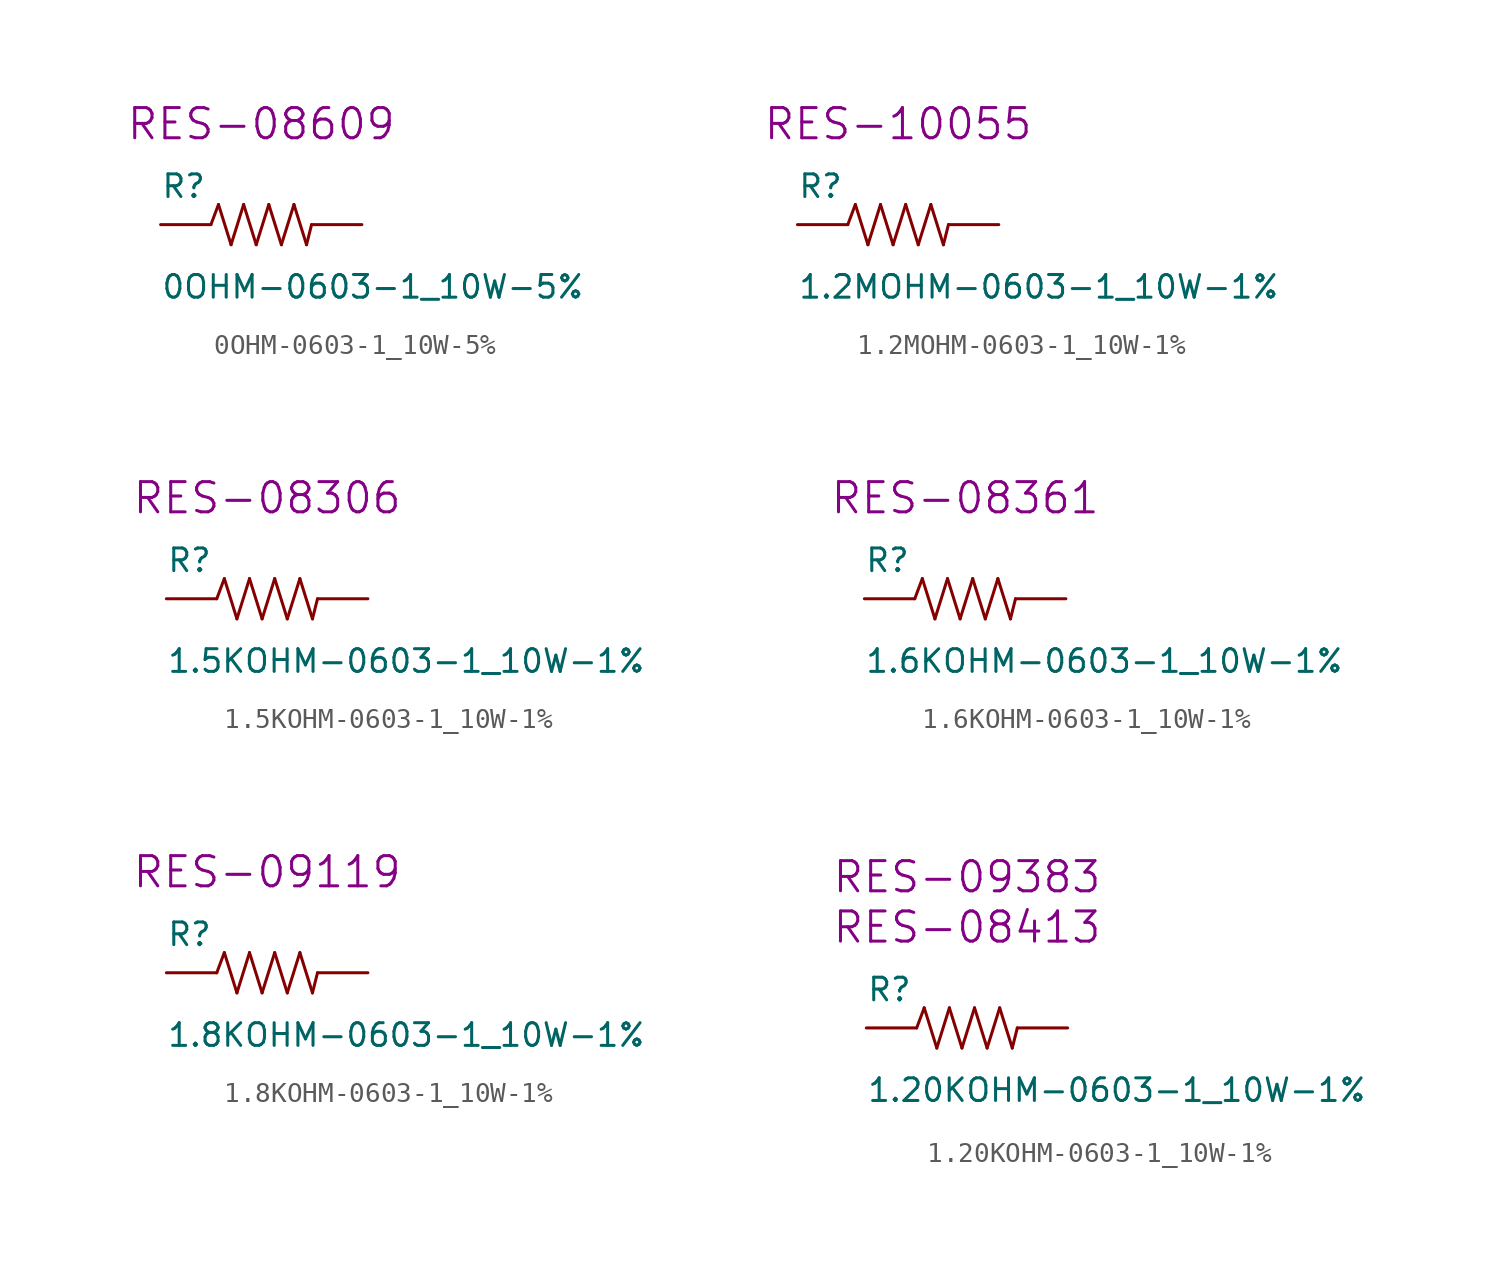
<source format=kicad_sym>
(kicad_symbol_lib
  (version 20211014)
  (generator kicad_symbol_editor)
  (symbol "0OHM-0603-1_10W-5%"
    (pin_numbers hide)
    (pin_names
      (offset 1.016) hide)
    (property "Reference" "R"
      (at -5.08 1.27 0)
      (effects (font (size 1.143 1.143)) (justify left bottom)))
    (property "Value" "0OHM-0603-1_10W-5%"
      (at -5.08 -3.81 0)
      (effects (font (size 1.143 1.143)) (justify left bottom)))
    (property "Field4" "RES-08609"
      (at 0 5.08 0)
      (effects (font (size 1.524 1.524))))
    (property "ki_locked" ""
      (at 0 0 0)
      (effects (font (size 1.27 1.27))))
    (symbol "0OHM-0603-1_10W-5%_1_0"
      (polyline (pts (xy -2.54 0) (xy -2.159 1.016)) (stroke (width 0) (type default) (color 0 0 0 0)) (fill (type none)))
      (polyline (pts (xy -2.159 1.016) (xy -1.524 -1.016)) (stroke (width 0) (type default) (color 0 0 0 0)) (fill (type none)))
      (polyline (pts (xy -1.524 -1.016) (xy -0.889 1.016)) (stroke (width 0) (type default) (color 0 0 0 0)) (fill (type none)))
      (polyline (pts (xy -0.889 1.016) (xy -0.254 -1.016)) (stroke (width 0) (type default) (color 0 0 0 0)) (fill (type none)))
      (polyline (pts (xy -0.254 -1.016) (xy 0.381 1.016)) (stroke (width 0) (type default) (color 0 0 0 0)) (fill (type none)))
      (polyline (pts (xy 0.381 1.016) (xy 1.016 -1.016)) (stroke (width 0) (type default) (color 0 0 0 0)) (fill (type none)))
      (polyline (pts (xy 1.016 -1.016) (xy 1.651 1.016)) (stroke (width 0) (type default) (color 0 0 0 0)) (fill (type none)))
      (polyline (pts (xy 1.651 1.016) (xy 2.286 -1.016)) (stroke (width 0) (type default) (color 0 0 0 0)) (fill (type none)))
      (polyline (pts (xy 2.286 -1.016) (xy 2.54 0)) (stroke (width 0) (type default) (color 0 0 0 0)) (fill (type none))))
    (symbol "0OHM-0603-1_10W-5%_1_1"
      (pin passive line (at -5.08 0 0) (length 2.54) (name "1" (effects (font (size 1.016 1.016)))) (number "1" (effects (font (size 1.016 1.016)))))
      (pin passive line (at 5.08 0 180) (length 2.54) (name "2" (effects (font (size 1.016 1.016)))) (number "2" (effects (font (size 1.016 1.016)))))))
  (symbol "1.2MOHM-0603-1_10W-1%"
    (pin_numbers hide)
    (pin_names
      (offset 1.016) hide)
    (property "Reference" "R"
      (at -5.08 1.27 0)
      (effects (font (size 1.143 1.143)) (justify left bottom)))
    (property "Value" "1.2MOHM-0603-1_10W-1%"
      (at -5.08 -3.81 0)
      (effects (font (size 1.143 1.143)) (justify left bottom)))
    (property "Field4" "RES-10055"
      (at 0 5.08 0)
      (effects (font (size 1.524 1.524))))
    (property "ki_locked" ""
      (at 0 0 0)
      (effects (font (size 1.27 1.27))))
    (symbol "1.2MOHM-0603-1_10W-1%_1_0"
      (polyline (pts (xy -2.54 0) (xy -2.159 1.016)) (stroke (width 0) (type default) (color 0 0 0 0)) (fill (type none)))
      (polyline (pts (xy -2.159 1.016) (xy -1.524 -1.016)) (stroke (width 0) (type default) (color 0 0 0 0)) (fill (type none)))
      (polyline (pts (xy -1.524 -1.016) (xy -0.889 1.016)) (stroke (width 0) (type default) (color 0 0 0 0)) (fill (type none)))
      (polyline (pts (xy -0.889 1.016) (xy -0.254 -1.016)) (stroke (width 0) (type default) (color 0 0 0 0)) (fill (type none)))
      (polyline (pts (xy -0.254 -1.016) (xy 0.381 1.016)) (stroke (width 0) (type default) (color 0 0 0 0)) (fill (type none)))
      (polyline (pts (xy 0.381 1.016) (xy 1.016 -1.016)) (stroke (width 0) (type default) (color 0 0 0 0)) (fill (type none)))
      (polyline (pts (xy 1.016 -1.016) (xy 1.651 1.016)) (stroke (width 0) (type default) (color 0 0 0 0)) (fill (type none)))
      (polyline (pts (xy 1.651 1.016) (xy 2.286 -1.016)) (stroke (width 0) (type default) (color 0 0 0 0)) (fill (type none)))
      (polyline (pts (xy 2.286 -1.016) (xy 2.54 0)) (stroke (width 0) (type default) (color 0 0 0 0)) (fill (type none))))
    (symbol "1.2MOHM-0603-1_10W-1%_1_1"
      (pin passive line (at -5.08 0 0) (length 2.54) (name "1" (effects (font (size 1.016 1.016)))) (number "1" (effects (font (size 1.016 1.016)))))
      (pin passive line (at 5.08 0 180) (length 2.54) (name "2" (effects (font (size 1.016 1.016)))) (number "2" (effects (font (size 1.016 1.016)))))))
  (symbol "1.5KOHM-0603-1_10W-1%"
    (pin_numbers hide)
    (pin_names
      (offset 1.016) hide)
    (property "Reference" "R"
      (at -5.08 1.27 0)
      (effects (font (size 1.143 1.143)) (justify left bottom)))
    (property "Value" "1.5KOHM-0603-1_10W-1%"
      (at -5.08 -3.81 0)
      (effects (font (size 1.143 1.143)) (justify left bottom)))
    (property "Field4" "RES-08306"
      (at 0 5.08 0)
      (effects (font (size 1.524 1.524))))
    (property "ki_locked" ""
      (at 0 0 0)
      (effects (font (size 1.27 1.27))))
    (symbol "1.5KOHM-0603-1_10W-1%_1_0"
      (polyline (pts (xy -2.54 0) (xy -2.159 1.016)) (stroke (width 0) (type default) (color 0 0 0 0)) (fill (type none)))
      (polyline (pts (xy -2.159 1.016) (xy -1.524 -1.016)) (stroke (width 0) (type default) (color 0 0 0 0)) (fill (type none)))
      (polyline (pts (xy -1.524 -1.016) (xy -0.889 1.016)) (stroke (width 0) (type default) (color 0 0 0 0)) (fill (type none)))
      (polyline (pts (xy -0.889 1.016) (xy -0.254 -1.016)) (stroke (width 0) (type default) (color 0 0 0 0)) (fill (type none)))
      (polyline (pts (xy -0.254 -1.016) (xy 0.381 1.016)) (stroke (width 0) (type default) (color 0 0 0 0)) (fill (type none)))
      (polyline (pts (xy 0.381 1.016) (xy 1.016 -1.016)) (stroke (width 0) (type default) (color 0 0 0 0)) (fill (type none)))
      (polyline (pts (xy 1.016 -1.016) (xy 1.651 1.016)) (stroke (width 0) (type default) (color 0 0 0 0)) (fill (type none)))
      (polyline (pts (xy 1.651 1.016) (xy 2.286 -1.016)) (stroke (width 0) (type default) (color 0 0 0 0)) (fill (type none)))
      (polyline (pts (xy 2.286 -1.016) (xy 2.54 0)) (stroke (width 0) (type default) (color 0 0 0 0)) (fill (type none))))
    (symbol "1.5KOHM-0603-1_10W-1%_1_1"
      (pin passive line (at -5.08 0 0) (length 2.54) (name "1" (effects (font (size 1.016 1.016)))) (number "1" (effects (font (size 1.016 1.016)))))
      (pin passive line (at 5.08 0 180) (length 2.54) (name "2" (effects (font (size 1.016 1.016)))) (number "2" (effects (font (size 1.016 1.016)))))))
  (symbol "1.6KOHM-0603-1_10W-1%"
    (pin_numbers hide)
    (pin_names
      (offset 1.016) hide)
    (property "Reference" "R"
      (at -5.08 1.27 0)
      (effects (font (size 1.143 1.143)) (justify left bottom)))
    (property "Value" "1.6KOHM-0603-1_10W-1%"
      (at -5.08 -3.81 0)
      (effects (font (size 1.143 1.143)) (justify left bottom)))
    (property "Field4" "RES-08361"
      (at 0 5.08 0)
      (effects (font (size 1.524 1.524))))
    (property "ki_locked" ""
      (at 0 0 0)
      (effects (font (size 1.27 1.27))))
    (symbol "1.6KOHM-0603-1_10W-1%_1_0"
      (polyline (pts (xy -2.54 0) (xy -2.159 1.016)) (stroke (width 0) (type default) (color 0 0 0 0)) (fill (type none)))
      (polyline (pts (xy -2.159 1.016) (xy -1.524 -1.016)) (stroke (width 0) (type default) (color 0 0 0 0)) (fill (type none)))
      (polyline (pts (xy -1.524 -1.016) (xy -0.889 1.016)) (stroke (width 0) (type default) (color 0 0 0 0)) (fill (type none)))
      (polyline (pts (xy -0.889 1.016) (xy -0.254 -1.016)) (stroke (width 0) (type default) (color 0 0 0 0)) (fill (type none)))
      (polyline (pts (xy -0.254 -1.016) (xy 0.381 1.016)) (stroke (width 0) (type default) (color 0 0 0 0)) (fill (type none)))
      (polyline (pts (xy 0.381 1.016) (xy 1.016 -1.016)) (stroke (width 0) (type default) (color 0 0 0 0)) (fill (type none)))
      (polyline (pts (xy 1.016 -1.016) (xy 1.651 1.016)) (stroke (width 0) (type default) (color 0 0 0 0)) (fill (type none)))
      (polyline (pts (xy 1.651 1.016) (xy 2.286 -1.016)) (stroke (width 0) (type default) (color 0 0 0 0)) (fill (type none)))
      (polyline (pts (xy 2.286 -1.016) (xy 2.54 0)) (stroke (width 0) (type default) (color 0 0 0 0)) (fill (type none))))
    (symbol "1.6KOHM-0603-1_10W-1%_1_1"
      (pin passive line (at -5.08 0 0) (length 2.54) (name "1" (effects (font (size 1.016 1.016)))) (number "1" (effects (font (size 1.016 1.016)))))
      (pin passive line (at 5.08 0 180) (length 2.54) (name "2" (effects (font (size 1.016 1.016)))) (number "2" (effects (font (size 1.016 1.016)))))))
  (symbol "1.8KOHM-0603-1_10W-1%"
    (pin_numbers hide)
    (pin_names
      (offset 1.016) hide)
    (property "Reference" "R"
      (at -5.08 1.27 0)
      (effects (font (size 1.143 1.143)) (justify left bottom)))
    (property "Value" "1.8KOHM-0603-1_10W-1%"
      (at -5.08 -3.81 0)
      (effects (font (size 1.143 1.143)) (justify left bottom)))
    (property "Field4" "RES-09119"
      (at 0 5.08 0)
      (effects (font (size 1.524 1.524))))
    (property "ki_locked" ""
      (at 0 0 0)
      (effects (font (size 1.27 1.27))))
    (symbol "1.8KOHM-0603-1_10W-1%_1_0"
      (polyline (pts (xy -2.54 0) (xy -2.159 1.016)) (stroke (width 0) (type default) (color 0 0 0 0)) (fill (type none)))
      (polyline (pts (xy -2.159 1.016) (xy -1.524 -1.016)) (stroke (width 0) (type default) (color 0 0 0 0)) (fill (type none)))
      (polyline (pts (xy -1.524 -1.016) (xy -0.889 1.016)) (stroke (width 0) (type default) (color 0 0 0 0)) (fill (type none)))
      (polyline (pts (xy -0.889 1.016) (xy -0.254 -1.016)) (stroke (width 0) (type default) (color 0 0 0 0)) (fill (type none)))
      (polyline (pts (xy -0.254 -1.016) (xy 0.381 1.016)) (stroke (width 0) (type default) (color 0 0 0 0)) (fill (type none)))
      (polyline (pts (xy 0.381 1.016) (xy 1.016 -1.016)) (stroke (width 0) (type default) (color 0 0 0 0)) (fill (type none)))
      (polyline (pts (xy 1.016 -1.016) (xy 1.651 1.016)) (stroke (width 0) (type default) (color 0 0 0 0)) (fill (type none)))
      (polyline (pts (xy 1.651 1.016) (xy 2.286 -1.016)) (stroke (width 0) (type default) (color 0 0 0 0)) (fill (type none)))
      (polyline (pts (xy 2.286 -1.016) (xy 2.54 0)) (stroke (width 0) (type default) (color 0 0 0 0)) (fill (type none))))
    (symbol "1.8KOHM-0603-1_10W-1%_1_1"
      (pin passive line (at -5.08 0 0) (length 2.54) (name "1" (effects (font (size 1.016 1.016)))) (number "1" (effects (font (size 1.016 1.016)))))
      (pin passive line (at 5.08 0 180) (length 2.54) (name "2" (effects (font (size 1.016 1.016)))) (number "2" (effects (font (size 1.016 1.016)))))))
  (symbol "1.20KOHM-0603-1_10W-1%"
    (pin_numbers hide)
    (pin_names
      (offset 1.016) hide)
    (property "Reference" "R"
      (at -5.08 1.27 0)
      (effects (font (size 1.143 1.143)) (justify left bottom)))
    (property "Value" "1.20KOHM-0603-1_10W-1%"
      (at -5.08 -3.81 0)
      (effects (font (size 1.143 1.143)) (justify left bottom)))
    (property "Field4" "RES-08413"
      (at 0 5.08 0)
      (effects (font (size 1.524 1.524))))
    (property "Field5" "RES-09383"
      (at 0 7.62 0)
      (effects (font (size 1.524 1.524))))
    (property "ki_locked" ""
      (at 0 0 0)
      (effects (font (size 1.27 1.27))))
    (symbol "1.20KOHM-0603-1_10W-1%_1_0"
      (polyline (pts (xy -2.54 0) (xy -2.159 1.016)) (stroke (width 0) (type default) (color 0 0 0 0)) (fill (type none)))
      (polyline (pts (xy -2.159 1.016) (xy -1.524 -1.016)) (stroke (width 0) (type default) (color 0 0 0 0)) (fill (type none)))
      (polyline (pts (xy -1.524 -1.016) (xy -0.889 1.016)) (stroke (width 0) (type default) (color 0 0 0 0)) (fill (type none)))
      (polyline (pts (xy -0.889 1.016) (xy -0.254 -1.016)) (stroke (width 0) (type default) (color 0 0 0 0)) (fill (type none)))
      (polyline (pts (xy -0.254 -1.016) (xy 0.381 1.016)) (stroke (width 0) (type default) (color 0 0 0 0)) (fill (type none)))
      (polyline (pts (xy 0.381 1.016) (xy 1.016 -1.016)) (stroke (width 0) (type default) (color 0 0 0 0)) (fill (type none)))
      (polyline (pts (xy 1.016 -1.016) (xy 1.651 1.016)) (stroke (width 0) (type default) (color 0 0 0 0)) (fill (type none)))
      (polyline (pts (xy 1.651 1.016) (xy 2.286 -1.016)) (stroke (width 0) (type default) (color 0 0 0 0)) (fill (type none)))
      (polyline (pts (xy 2.286 -1.016) (xy 2.54 0)) (stroke (width 0) (type default) (color 0 0 0 0)) (fill (type none))))
    (symbol "1.20KOHM-0603-1_10W-1%_1_1"
      (pin passive line (at -5.08 0 0) (length 2.54) (name "1" (effects (font (size 1.016 1.016)))) (number "1" (effects (font (size 1.016 1.016)))))
      (pin passive line (at 5.08 0 180) (length 2.54) (name "2" (effects (font (size 1.016 1.016)))) (number "2" (effects (font (size 1.016 1.016))))))))
</source>
